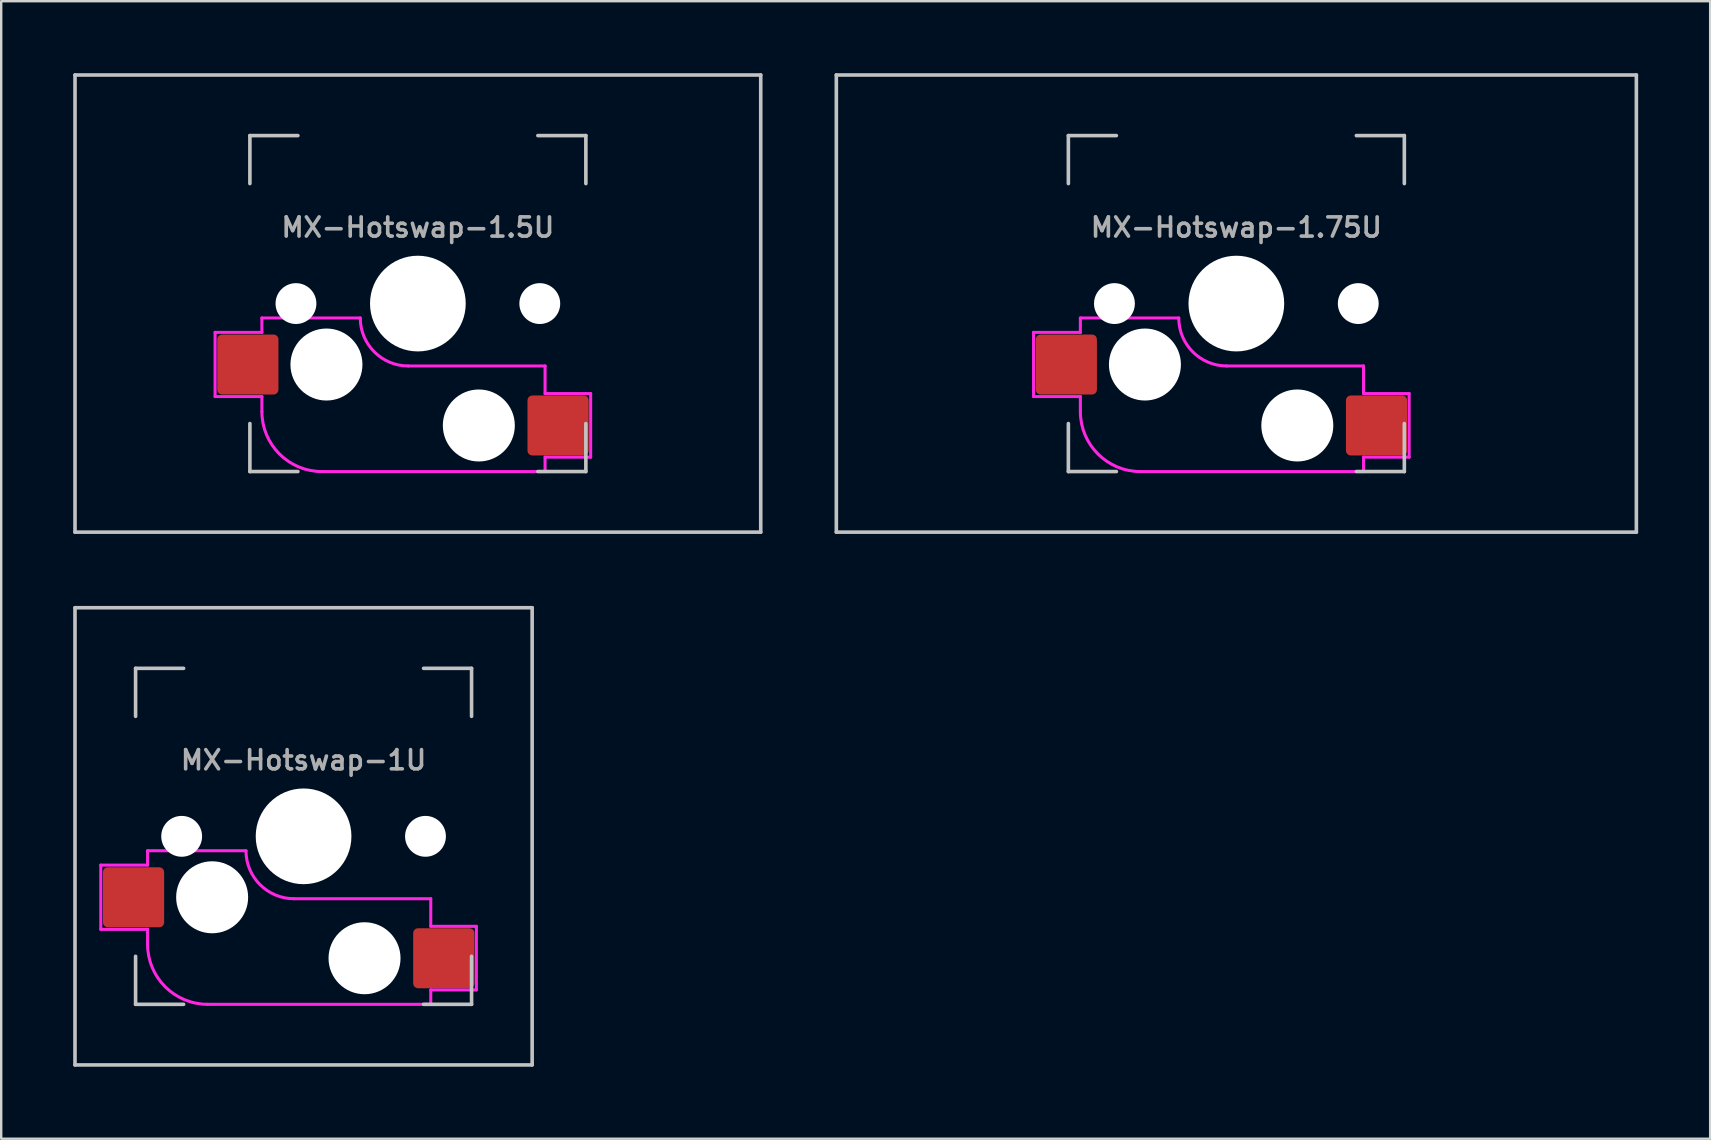
<source format=kicad_pcb>
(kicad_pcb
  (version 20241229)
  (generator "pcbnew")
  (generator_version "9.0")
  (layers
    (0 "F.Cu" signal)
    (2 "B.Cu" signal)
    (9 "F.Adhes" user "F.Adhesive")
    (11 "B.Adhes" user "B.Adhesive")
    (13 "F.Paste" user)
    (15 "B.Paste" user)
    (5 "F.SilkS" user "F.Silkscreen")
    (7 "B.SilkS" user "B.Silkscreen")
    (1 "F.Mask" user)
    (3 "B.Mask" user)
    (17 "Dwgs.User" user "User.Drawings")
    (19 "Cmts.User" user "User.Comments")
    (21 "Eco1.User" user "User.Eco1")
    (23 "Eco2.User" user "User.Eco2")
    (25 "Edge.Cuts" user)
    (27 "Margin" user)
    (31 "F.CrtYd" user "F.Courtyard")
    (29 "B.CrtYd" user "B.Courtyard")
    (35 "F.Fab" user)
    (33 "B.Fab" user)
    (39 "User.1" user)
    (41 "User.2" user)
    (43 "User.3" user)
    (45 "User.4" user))
  (footprint "MX-Hotswap-1U"
    (layer "F.Cu")
    (at 9.6 31.8)
    (property "Reference" "MX-Hotswap-1U" (at 0 -3.175 180) (layer "F.Fab") (effects (font (size 0.8 0.8) (thickness 0.15))))
    (attr smd)
    (fp_line (start -9.525 9.525) (end -9.525 -9.525) (stroke (width 0.15) (type solid)) (layer "Dwgs.User"))
    (fp_line (start -7 -7) (end -7 -5) (stroke (width 0.15) (type solid)) (layer "Dwgs.User"))
    (fp_line (start -7 5) (end -7 7) (stroke (width 0.15) (type solid)) (layer "Dwgs.User"))
    (fp_line (start -7 7) (end -5 7) (stroke (width 0.15) (type solid)) (layer "Dwgs.User"))
    (fp_line (start -5 -7) (end -7 -7) (stroke (width 0.15) (type solid)) (layer "Dwgs.User"))
    (fp_line (start 7 -7) (end 5 -7) (stroke (width 0.15) (type solid)) (layer "Dwgs.User"))
    (fp_line (start 7 -5) (end 7 -7) (stroke (width 0.15) (type solid)) (layer "Dwgs.User"))
    (fp_line (start 7 5) (end 7 7) (stroke (width 0.15) (type solid)) (layer "Dwgs.User"))
    (fp_line (start 7 7) (end 5 7) (stroke (width 0.15) (type solid)) (layer "Dwgs.User"))
    (fp_line (start 9.525 -9.525) (end -9.525 -9.525) (stroke (width 0.15) (type solid)) (layer "Dwgs.User"))
    (fp_line (start 9.525 9.525) (end -9.525 9.525) (stroke (width 0.15) (type solid)) (layer "Dwgs.User"))
    (fp_line (start 9.525 9.525) (end 9.525 -9.525) (stroke (width 0.15) (type solid)) (layer "Dwgs.User"))
    (fp_line (start -8.45 1.2) (end -8.45 3.875) (stroke (width 0.127) (type solid)) (layer "F.CrtYd"))
    (fp_line (start -8.45 3.875) (end -6.5 3.875) (stroke (width 0.127) (type solid)) (layer "F.CrtYd"))
    (fp_line (start -6.5 1.2) (end -8.45 1.2) (stroke (width 0.127) (type solid)) (layer "F.CrtYd"))
    (fp_line (start -6.5 1.2) (end -6.5 0.6) (stroke (width 0.127) (type solid)) (layer "F.CrtYd"))
    (fp_line (start -6.5 3.875) (end -6.5 4.5) (stroke (width 0.127) (type solid)) (layer "F.CrtYd"))
    (fp_line (start -4 7) (end 5.3 7) (stroke (width 0.127) (type solid)) (layer "F.CrtYd"))
    (fp_line (start -2.4 0.6) (end -6.5 0.6) (stroke (width 0.127) (type solid)) (layer "F.CrtYd"))
    (fp_line (start 5.3 2.6) (end -0.4 2.6) (stroke (width 0.127) (type solid)) (layer "F.CrtYd"))
    (fp_line (start 5.3 3.75) (end 5.3 2.6) (stroke (width 0.127) (type solid)) (layer "F.CrtYd"))
    (fp_line (start 5.3 3.75) (end 7.2 3.75) (stroke (width 0.127) (type solid)) (layer "F.CrtYd"))
    (fp_line (start 5.3 6.4) (end 5.3 7) (stroke (width 0.127) (type solid)) (layer "F.CrtYd"))
    (fp_line (start 7.2 3.75) (end 7.2 6.4) (stroke (width 0.127) (type solid)) (layer "F.CrtYd"))
    (fp_line (start 7.2 6.4) (end 5.3 6.4) (stroke (width 0.127) (type solid)) (layer "F.CrtYd"))
    (fp_arc (start -4 7) (mid -5.767767 6.267767) (end -6.5 4.5) (stroke (width 0.127) (type solid)) (layer "F.CrtYd"))
    (fp_arc (start -0.4 2.6) (mid -1.814214 2.014214) (end -2.4 0.6) (stroke (width 0.127) (type solid)) (layer "F.CrtYd"))
    (pad "" np_thru_hole circle (at -5.08 0 131.901) (size 1.702 1.702) (drill 1.702) (layers "*.Cu" "*.Mask"))
    (pad "" np_thru_hole circle (at -3.81 2.54 180) (size 3 3) (drill 3) (layers "*.Cu" "*.Mask"))
    (pad "" np_thru_hole circle (at 0 0 180) (size 3.988 3.988) (drill 3.988) (layers "*.Cu" "*.Mask"))
    (pad "" np_thru_hole circle (at 2.54 5.08 180) (size 3 3) (drill 3) (layers "*.Cu" "*.Mask"))
    (pad "" np_thru_hole circle (at 5.08 0 131.901) (size 1.702 1.702) (drill 1.702) (layers "*.Cu" "*.Mask"))
    (pad "1" smd roundrect (at -7.085 2.54 180) (size 2.55 2.5) (layers "F.Cu" "F.Mask" "F.Paste") (roundrect_rratio 0.08))
    (pad "2" smd roundrect (at 5.842 5.08 180) (size 2.55 2.5) (layers "F.Cu" "F.Mask" "F.Paste") (roundrect_rratio 0.08)))
  (footprint "MX-Hotswap-1.75U"
    (layer "F.Cu")
    (at 48.469 9.6)
    (property "Reference" "MX-Hotswap-1.75U" (at 0 -3.175 180) (layer "F.Fab") (effects (font (size 0.8 0.8) (thickness 0.15))))
    (attr smd)
    (fp_line (start -16.669 9.525) (end -16.669 -9.525) (stroke (width 0.15) (type solid)) (layer "Dwgs.User"))
    (fp_line (start -7 -7) (end -7 -5) (stroke (width 0.15) (type solid)) (layer "Dwgs.User"))
    (fp_line (start -7 5) (end -7 7) (stroke (width 0.15) (type solid)) (layer "Dwgs.User"))
    (fp_line (start -7 7) (end -5 7) (stroke (width 0.15) (type solid)) (layer "Dwgs.User"))
    (fp_line (start -5 -7) (end -7 -7) (stroke (width 0.15) (type solid)) (layer "Dwgs.User"))
    (fp_line (start 7 -7) (end 5 -7) (stroke (width 0.15) (type solid)) (layer "Dwgs.User"))
    (fp_line (start 7 -5) (end 7 -7) (stroke (width 0.15) (type solid)) (layer "Dwgs.User"))
    (fp_line (start 7 5) (end 7 7) (stroke (width 0.15) (type solid)) (layer "Dwgs.User"))
    (fp_line (start 7 7) (end 5 7) (stroke (width 0.15) (type solid)) (layer "Dwgs.User"))
    (fp_line (start 16.669 -9.525) (end -16.669 -9.525) (stroke (width 0.15) (type solid)) (layer "Dwgs.User"))
    (fp_line (start 16.669 9.525) (end -16.669 9.525) (stroke (width 0.15) (type solid)) (layer "Dwgs.User"))
    (fp_line (start 16.669 9.525) (end 16.669 -9.525) (stroke (width 0.15) (type solid)) (layer "Dwgs.User"))
    (fp_line (start -8.45 1.2) (end -8.45 3.875) (stroke (width 0.127) (type solid)) (layer "F.CrtYd"))
    (fp_line (start -8.45 3.875) (end -6.5 3.875) (stroke (width 0.127) (type solid)) (layer "F.CrtYd"))
    (fp_line (start -6.5 1.2) (end -8.45 1.2) (stroke (width 0.127) (type solid)) (layer "F.CrtYd"))
    (fp_line (start -6.5 1.2) (end -6.5 0.6) (stroke (width 0.127) (type solid)) (layer "F.CrtYd"))
    (fp_line (start -6.5 3.875) (end -6.5 4.5) (stroke (width 0.127) (type solid)) (layer "F.CrtYd"))
    (fp_line (start -4 7) (end 5.3 7) (stroke (width 0.127) (type solid)) (layer "F.CrtYd"))
    (fp_line (start -2.4 0.6) (end -6.5 0.6) (stroke (width 0.127) (type solid)) (layer "F.CrtYd"))
    (fp_line (start 5.3 2.6) (end -0.4 2.6) (stroke (width 0.127) (type solid)) (layer "F.CrtYd"))
    (fp_line (start 5.3 3.75) (end 5.3 2.6) (stroke (width 0.127) (type solid)) (layer "F.CrtYd"))
    (fp_line (start 5.3 3.75) (end 7.2 3.75) (stroke (width 0.127) (type solid)) (layer "F.CrtYd"))
    (fp_line (start 5.3 6.4) (end 5.3 7) (stroke (width 0.127) (type solid)) (layer "F.CrtYd"))
    (fp_line (start 7.2 3.75) (end 7.2 6.4) (stroke (width 0.127) (type solid)) (layer "F.CrtYd"))
    (fp_line (start 7.2 6.4) (end 5.3 6.4) (stroke (width 0.127) (type solid)) (layer "F.CrtYd"))
    (fp_arc (start -4 7) (mid -5.767767 6.267767) (end -6.5 4.5) (stroke (width 0.127) (type solid)) (layer "F.CrtYd"))
    (fp_arc (start -0.4 2.6) (mid -1.814214 2.014214) (end -2.4 0.6) (stroke (width 0.127) (type solid)) (layer "F.CrtYd"))
    (pad "" np_thru_hole circle (at -5.08 0 131.901) (size 1.702 1.702) (drill 1.702) (layers "*.Cu" "*.Mask"))
    (pad "" np_thru_hole circle (at -3.81 2.54 180) (size 3 3) (drill 3) (layers "*.Cu" "*.Mask"))
    (pad "" np_thru_hole circle (at 0 0 180) (size 3.988 3.988) (drill 3.988) (layers "*.Cu" "*.Mask"))
    (pad "" np_thru_hole circle (at 2.54 5.08 180) (size 3 3) (drill 3) (layers "*.Cu" "*.Mask"))
    (pad "" np_thru_hole circle (at 5.08 0 131.901) (size 1.702 1.702) (drill 1.702) (layers "*.Cu" "*.Mask"))
    (pad "1" smd roundrect (at -7.085 2.54 180) (size 2.55 2.5) (layers "F.Cu" "F.Mask" "F.Paste") (roundrect_rratio 0.08))
    (pad "2" smd roundrect (at 5.842 5.08 180) (size 2.55 2.5) (layers "F.Cu" "F.Mask" "F.Paste") (roundrect_rratio 0.08)))
  (footprint "MX-Hotswap-1.5U"
    (layer "F.Cu")
    (at 14.363 9.6)
    (property "Reference" "MX-Hotswap-1.5U" (at 0 -3.175 180) (layer "F.Fab") (effects (font (size 0.8 0.8) (thickness 0.15))))
    (attr smd)
    (fp_line (start -14.287 9.525) (end -14.287 -9.525) (stroke (width 0.15) (type solid)) (layer "Dwgs.User"))
    (fp_line (start -7 -7) (end -7 -5) (stroke (width 0.15) (type solid)) (layer "Dwgs.User"))
    (fp_line (start -7 5) (end -7 7) (stroke (width 0.15) (type solid)) (layer "Dwgs.User"))
    (fp_line (start -7 7) (end -5 7) (stroke (width 0.15) (type solid)) (layer "Dwgs.User"))
    (fp_line (start -5 -7) (end -7 -7) (stroke (width 0.15) (type solid)) (layer "Dwgs.User"))
    (fp_line (start 7 -7) (end 5 -7) (stroke (width 0.15) (type solid)) (layer "Dwgs.User"))
    (fp_line (start 7 -5) (end 7 -7) (stroke (width 0.15) (type solid)) (layer "Dwgs.User"))
    (fp_line (start 7 5) (end 7 7) (stroke (width 0.15) (type solid)) (layer "Dwgs.User"))
    (fp_line (start 7 7) (end 5 7) (stroke (width 0.15) (type solid)) (layer "Dwgs.User"))
    (fp_line (start 14.287 -9.525) (end -14.287 -9.525) (stroke (width 0.15) (type solid)) (layer "Dwgs.User"))
    (fp_line (start 14.287 9.525) (end -14.287 9.525) (stroke (width 0.15) (type solid)) (layer "Dwgs.User"))
    (fp_line (start 14.287 9.525) (end 14.287 -9.525) (stroke (width 0.15) (type solid)) (layer "Dwgs.User"))
    (fp_line (start -8.45 1.2) (end -8.45 3.875) (stroke (width 0.127) (type solid)) (layer "F.CrtYd"))
    (fp_line (start -8.45 3.875) (end -6.5 3.875) (stroke (width 0.127) (type solid)) (layer "F.CrtYd"))
    (fp_line (start -6.5 1.2) (end -8.45 1.2) (stroke (width 0.127) (type solid)) (layer "F.CrtYd"))
    (fp_line (start -6.5 1.2) (end -6.5 0.6) (stroke (width 0.127) (type solid)) (layer "F.CrtYd"))
    (fp_line (start -6.5 3.875) (end -6.5 4.5) (stroke (width 0.127) (type solid)) (layer "F.CrtYd"))
    (fp_line (start -4 7) (end 5.3 7) (stroke (width 0.127) (type solid)) (layer "F.CrtYd"))
    (fp_line (start -2.4 0.6) (end -6.5 0.6) (stroke (width 0.127) (type solid)) (layer "F.CrtYd"))
    (fp_line (start 5.3 2.6) (end -0.4 2.6) (stroke (width 0.127) (type solid)) (layer "F.CrtYd"))
    (fp_line (start 5.3 3.75) (end 5.3 2.6) (stroke (width 0.127) (type solid)) (layer "F.CrtYd"))
    (fp_line (start 5.3 3.75) (end 7.2 3.75) (stroke (width 0.127) (type solid)) (layer "F.CrtYd"))
    (fp_line (start 5.3 6.4) (end 5.3 7) (stroke (width 0.127) (type solid)) (layer "F.CrtYd"))
    (fp_line (start 7.2 3.75) (end 7.2 6.4) (stroke (width 0.127) (type solid)) (layer "F.CrtYd"))
    (fp_line (start 7.2 6.4) (end 5.3 6.4) (stroke (width 0.127) (type solid)) (layer "F.CrtYd"))
    (fp_arc (start -4 7) (mid -5.767767 6.267767) (end -6.5 4.5) (stroke (width 0.127) (type solid)) (layer "F.CrtYd"))
    (fp_arc (start -0.4 2.6) (mid -1.814214 2.014214) (end -2.4 0.6) (stroke (width 0.127) (type solid)) (layer "F.CrtYd"))
    (pad "" np_thru_hole circle (at -5.08 0 131.901) (size 1.702 1.702) (drill 1.702) (layers "*.Cu" "*.Mask"))
    (pad "" np_thru_hole circle (at -3.81 2.54 180) (size 3 3) (drill 3) (layers "*.Cu" "*.Mask"))
    (pad "" np_thru_hole circle (at 0 0 180) (size 3.988 3.988) (drill 3.988) (layers "*.Cu" "*.Mask"))
    (pad "" np_thru_hole circle (at 2.54 5.08 180) (size 3 3) (drill 3) (layers "*.Cu" "*.Mask"))
    (pad "" np_thru_hole circle (at 5.08 0 131.901) (size 1.702 1.702) (drill 1.702) (layers "*.Cu" "*.Mask"))
    (pad "1" smd roundrect (at -7.085 2.54 180) (size 2.55 2.5) (layers "F.Cu" "F.Mask" "F.Paste") (roundrect_rratio 0.08))
    (pad "2" smd roundrect (at 5.842 5.08 180) (size 2.55 2.5) (layers "F.Cu" "F.Mask" "F.Paste") (roundrect_rratio 0.08)))
  (gr_rect
    (start -3 -3)
    (end 68.213 44.4)
    (stroke (width 0.1) (type default))
    (fill no)
    (layer "Edge.Cuts")))
</source>
